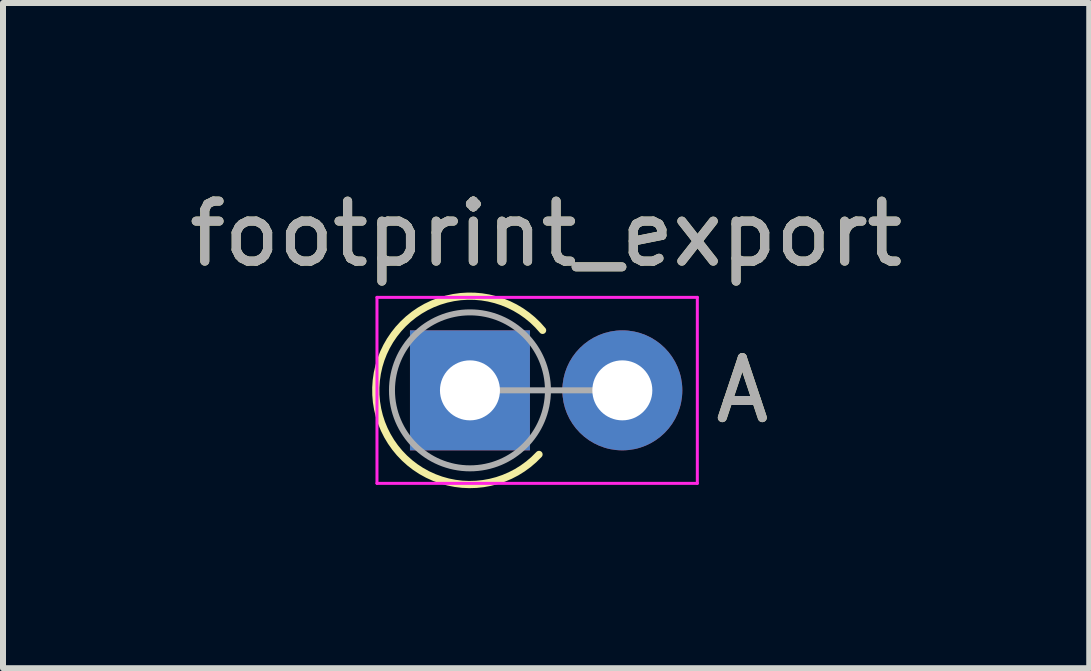
<source format=kicad_pcb>
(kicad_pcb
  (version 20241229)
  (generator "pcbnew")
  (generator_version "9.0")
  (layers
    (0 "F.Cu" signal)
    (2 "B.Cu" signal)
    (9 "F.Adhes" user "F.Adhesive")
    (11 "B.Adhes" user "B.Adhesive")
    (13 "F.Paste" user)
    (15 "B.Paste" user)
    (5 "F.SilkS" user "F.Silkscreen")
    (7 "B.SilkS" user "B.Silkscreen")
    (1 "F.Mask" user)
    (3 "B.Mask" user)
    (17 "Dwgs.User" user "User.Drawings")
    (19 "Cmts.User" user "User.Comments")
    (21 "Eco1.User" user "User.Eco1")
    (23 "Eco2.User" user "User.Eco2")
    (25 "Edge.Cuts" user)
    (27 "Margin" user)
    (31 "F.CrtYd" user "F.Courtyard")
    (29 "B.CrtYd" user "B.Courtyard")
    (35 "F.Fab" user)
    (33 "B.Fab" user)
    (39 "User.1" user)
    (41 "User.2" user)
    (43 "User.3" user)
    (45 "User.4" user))
  (footprint "footprint_export"
    (layer "F.Cu")
    (at 4.784 3.457)
    (property "Reference" "footprint_export" (at 1.27 -2.609 0) (layer "F.SilkS") (effects (font (size 1 1) (thickness 0.15))))
    (attr through_hole)
    (fp_arc (start 1.151253 1.067982) (mid -1.56969 -0.045178) (end 1.210772 -1) (stroke (width 0.12) (type solid)) (layer "F.SilkS"))
    (fp_line (start -1.55 -1.55) (end -1.55 1.55) (stroke (width 0.05) (type solid)) (layer "F.CrtYd"))
    (fp_line (start -1.55 1.55) (end 3.79 1.55) (stroke (width 0.05) (type solid)) (layer "F.CrtYd"))
    (fp_line (start 3.79 -1.55) (end -1.55 -1.55) (stroke (width 0.05) (type solid)) (layer "F.CrtYd"))
    (fp_line (start 3.79 1.55) (end 3.79 -1.55) (stroke (width 0.05) (type solid)) (layer "F.CrtYd"))
    (fp_line (start 0 0) (end 2.54 0) (stroke (width 0.1) (type solid)) (layer "F.Fab"))
    (fp_circle (center 0 0) (end 1.3 0) (stroke (width 0.1) (type solid)) (fill no) (layer "F.Fab"))
    (fp_text user "A" (at 4.54 0 0) (layer "F.SilkS") (effects (font (size 1 1) (thickness 0.15))))
    (fp_text user "${REFERENCE}" (at 1.27 -2.609 0) (layer "F.Fab") (effects (font (size 1 1) (thickness 0.15))))
    (fp_text user "A" (at 4.54 0 0) (layer "F.Fab") (effects (font (size 1 1) (thickness 0.15))))
    (pad "1" thru_hole rect (at 0 0) (size 2 2) (drill 1) (layers "*.Cu" "*.Mask"))
    (pad "2" thru_hole oval (at 2.54 0) (size 2 2) (drill 1) (layers "*.Cu" "*.Mask")))
  (gr_rect
    (start -3 -3)
    (end 15.107 8.088)
    (stroke (width 0.1) (type default))
    (fill no)
    (layer "Edge.Cuts")))
</source>
